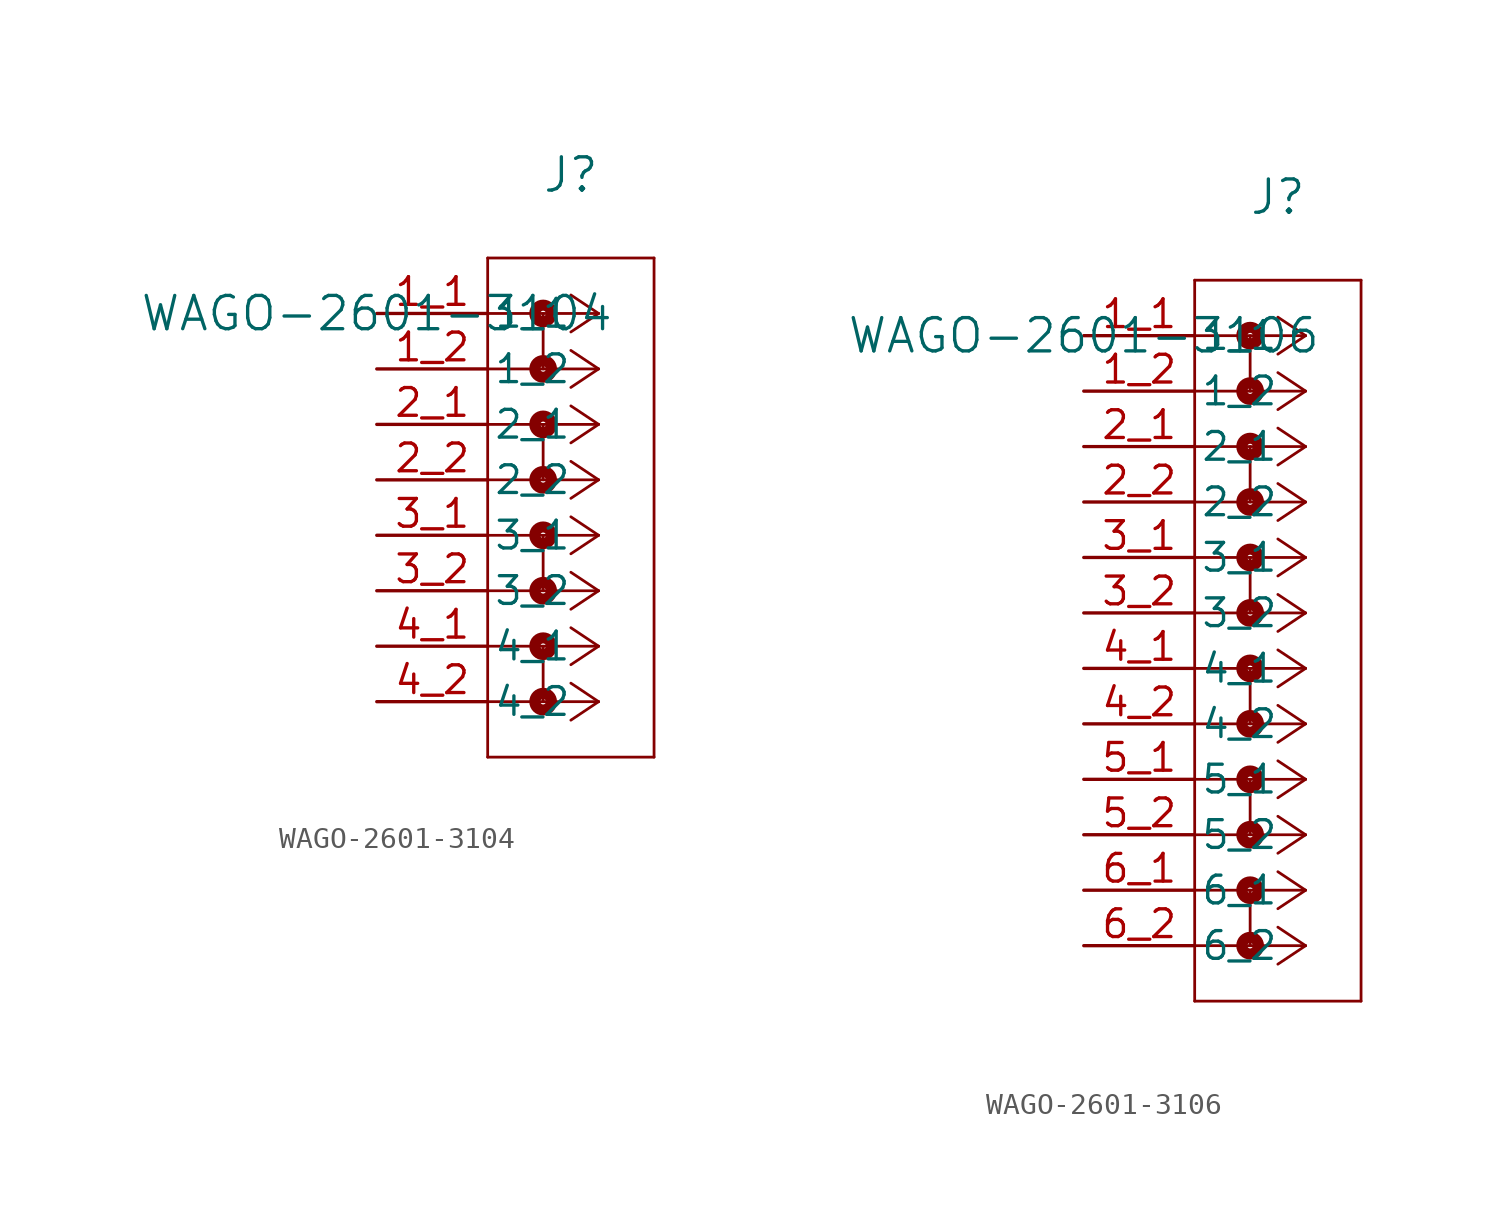
<source format=kicad_sym>
(kicad_symbol_lib
  (version 20231120)
  (generator "kicad_symbol_editor")
  (generator_version "8.0")
  (symbol "WAGO-2601-3104"
    (pin_names
      (offset 0.254))
    (property "Reference" "J"
      (at 8.89 6.35 0)
      (effects (font (size 1.524 1.524))))
    (property "Value" "WAGO-2601-3104"
      (at 0 0 0)
      (effects (font (size 1.524 1.524))))
    (symbol "WAGO-2601-3104_0_1"
      (polyline (pts (xy 5.08 -20.32) (xy 12.7 -20.32)) (stroke (width 0.127) (type default)) (fill (type none)))
      (polyline (pts (xy 5.08 2.54) (xy 5.08 -20.32)) (stroke (width 0.127) (type default)) (fill (type none)))
      (polyline (pts (xy 7.62 -15.24) (xy 7.62 -17.78)) (stroke (width 0.127) (type default)) (fill (type none)))
      (polyline (pts (xy 7.62 -10.16) (xy 7.62 -12.7)) (stroke (width 0.127) (type default)) (fill (type none)))
      (polyline (pts (xy 7.62 -5.08) (xy 7.62 -7.62)) (stroke (width 0.127) (type default)) (fill (type none)))
      (polyline (pts (xy 7.62 0) (xy 7.62 -2.54)) (stroke (width 0.127) (type default)) (fill (type none)))
      (polyline (pts (xy 10.16 -17.78) (xy 5.08 -17.78)) (stroke (width 0.127) (type default)) (fill (type none)))
      (polyline (pts (xy 10.16 -17.78) (xy 8.89 -18.627)) (stroke (width 0.127) (type default)) (fill (type none)))
      (polyline (pts (xy 10.16 -17.78) (xy 8.89 -16.933)) (stroke (width 0.127) (type default)) (fill (type none)))
      (polyline (pts (xy 10.16 -15.24) (xy 5.08 -15.24)) (stroke (width 0.127) (type default)) (fill (type none)))
      (polyline (pts (xy 10.16 -15.24) (xy 8.89 -16.087)) (stroke (width 0.127) (type default)) (fill (type none)))
      (polyline (pts (xy 10.16 -15.24) (xy 8.89 -14.393)) (stroke (width 0.127) (type default)) (fill (type none)))
      (polyline (pts (xy 10.16 -12.7) (xy 5.08 -12.7)) (stroke (width 0.127) (type default)) (fill (type none)))
      (polyline (pts (xy 10.16 -12.7) (xy 8.89 -13.547)) (stroke (width 0.127) (type default)) (fill (type none)))
      (polyline (pts (xy 10.16 -12.7) (xy 8.89 -11.853)) (stroke (width 0.127) (type default)) (fill (type none)))
      (polyline (pts (xy 10.16 -10.16) (xy 5.08 -10.16)) (stroke (width 0.127) (type default)) (fill (type none)))
      (polyline (pts (xy 10.16 -10.16) (xy 8.89 -11.007)) (stroke (width 0.127) (type default)) (fill (type none)))
      (polyline (pts (xy 10.16 -10.16) (xy 8.89 -9.313)) (stroke (width 0.127) (type default)) (fill (type none)))
      (polyline (pts (xy 10.16 -7.62) (xy 5.08 -7.62)) (stroke (width 0.127) (type default)) (fill (type none)))
      (polyline (pts (xy 10.16 -7.62) (xy 8.89 -8.467)) (stroke (width 0.127) (type default)) (fill (type none)))
      (polyline (pts (xy 10.16 -7.62) (xy 8.89 -6.773)) (stroke (width 0.127) (type default)) (fill (type none)))
      (polyline (pts (xy 10.16 -5.08) (xy 5.08 -5.08)) (stroke (width 0.127) (type default)) (fill (type none)))
      (polyline (pts (xy 10.16 -5.08) (xy 8.89 -5.927)) (stroke (width 0.127) (type default)) (fill (type none)))
      (polyline (pts (xy 10.16 -5.08) (xy 8.89 -4.233)) (stroke (width 0.127) (type default)) (fill (type none)))
      (polyline (pts (xy 10.16 -2.54) (xy 5.08 -2.54)) (stroke (width 0.127) (type default)) (fill (type none)))
      (polyline (pts (xy 10.16 -2.54) (xy 8.89 -3.387)) (stroke (width 0.127) (type default)) (fill (type none)))
      (polyline (pts (xy 10.16 -2.54) (xy 8.89 -1.693)) (stroke (width 0.127) (type default)) (fill (type none)))
      (polyline (pts (xy 10.16 0) (xy 5.08 0)) (stroke (width 0.127) (type default)) (fill (type none)))
      (polyline (pts (xy 10.16 0) (xy 8.89 -0.847)) (stroke (width 0.127) (type default)) (fill (type none)))
      (polyline (pts (xy 10.16 0) (xy 8.89 0.847)) (stroke (width 0.127) (type default)) (fill (type none)))
      (polyline (pts (xy 12.7 -20.32) (xy 12.7 2.54)) (stroke (width 0.127) (type default)) (fill (type none)))
      (polyline (pts (xy 12.7 2.54) (xy 5.08 2.54)) (stroke (width 0.127) (type default)) (fill (type none)))
      (circle (center 7.62 -17.78) (radius 0.127) (stroke (width 0.508) (type default)) (fill (type none)))
      (circle (center 7.62 -15.24) (radius 0.127) (stroke (width 0.508) (type default)) (fill (type none)))
      (circle (center 7.62 -12.7) (radius 0.127) (stroke (width 0.508) (type default)) (fill (type none)))
      (circle (center 7.62 -10.16) (radius 0.127) (stroke (width 0.508) (type default)) (fill (type none)))
      (circle (center 7.62 -7.62) (radius 0.127) (stroke (width 0.508) (type default)) (fill (type none)))
      (circle (center 7.62 -5.08) (radius 0.127) (stroke (width 0.508) (type default)) (fill (type none)))
      (circle (center 7.62 -2.54) (radius 0.127) (stroke (width 0.508) (type default)) (fill (type none)))
      (circle (center 7.62 0) (radius 0.127) (stroke (width 0.508) (type default)) (fill (type none)))
      (pin unspecified line (at 0 0 0) (length 5.08) (name "1_1" (effects (font (size 1.27 1.27)))) (number "1_1" (effects (font (size 1.27 1.27)))))
      (pin unspecified line (at 0 -2.54 0) (length 5.08) (name "1_2" (effects (font (size 1.27 1.27)))) (number "1_2" (effects (font (size 1.27 1.27)))))
      (pin unspecified line (at 0 -5.08 0) (length 5.08) (name "2_1" (effects (font (size 1.27 1.27)))) (number "2_1" (effects (font (size 1.27 1.27)))))
      (pin unspecified line (at 0 -7.62 0) (length 5.08) (name "2_2" (effects (font (size 1.27 1.27)))) (number "2_2" (effects (font (size 1.27 1.27)))))
      (pin unspecified line (at 0 -10.16 0) (length 5.08) (name "3_1" (effects (font (size 1.27 1.27)))) (number "3_1" (effects (font (size 1.27 1.27)))))
      (pin unspecified line (at 0 -12.7 0) (length 5.08) (name "3_2" (effects (font (size 1.27 1.27)))) (number "3_2" (effects (font (size 1.27 1.27)))))
      (pin unspecified line (at 0 -15.24 0) (length 5.08) (name "4_1" (effects (font (size 1.27 1.27)))) (number "4_1" (effects (font (size 1.27 1.27)))))
      (pin unspecified line (at 0 -17.78 0) (length 5.08) (name "4_2" (effects (font (size 1.27 1.27)))) (number "4_2" (effects (font (size 1.27 1.27)))))))
  (symbol "WAGO-2601-3106"
    (pin_names
      (offset 0.254))
    (property "Reference" "J"
      (at 8.89 6.35 0)
      (effects (font (size 1.524 1.524))))
    (property "Value" "WAGO-2601-3106"
      (at 0 0 0)
      (effects (font (size 1.524 1.524))))
    (symbol "WAGO-2601-3106_1_1"
      (polyline (pts (xy 5.08 -30.48) (xy 12.7 -30.48)) (stroke (width 0.127) (type default)) (fill (type none)))
      (polyline (pts (xy 5.08 2.54) (xy 5.08 -30.48)) (stroke (width 0.127) (type default)) (fill (type none)))
      (polyline (pts (xy 7.62 -25.4) (xy 7.62 -27.94)) (stroke (width 0.127) (type default)) (fill (type none)))
      (polyline (pts (xy 7.62 -20.32) (xy 7.62 -22.86)) (stroke (width 0.127) (type default)) (fill (type none)))
      (polyline (pts (xy 7.62 -15.24) (xy 7.62 -17.78)) (stroke (width 0.127) (type default)) (fill (type none)))
      (polyline (pts (xy 7.62 -10.16) (xy 7.62 -12.7)) (stroke (width 0.127) (type default)) (fill (type none)))
      (polyline (pts (xy 7.62 -5.08) (xy 7.62 -7.62)) (stroke (width 0.127) (type default)) (fill (type none)))
      (polyline (pts (xy 7.62 0) (xy 7.62 -2.54)) (stroke (width 0.127) (type default)) (fill (type none)))
      (polyline (pts (xy 10.16 -27.94) (xy 5.08 -27.94)) (stroke (width 0.127) (type default)) (fill (type none)))
      (polyline (pts (xy 10.16 -27.94) (xy 8.89 -28.787)) (stroke (width 0.127) (type default)) (fill (type none)))
      (polyline (pts (xy 10.16 -27.94) (xy 8.89 -27.093)) (stroke (width 0.127) (type default)) (fill (type none)))
      (polyline (pts (xy 10.16 -25.4) (xy 5.08 -25.4)) (stroke (width 0.127) (type default)) (fill (type none)))
      (polyline (pts (xy 10.16 -25.4) (xy 8.89 -26.247)) (stroke (width 0.127) (type default)) (fill (type none)))
      (polyline (pts (xy 10.16 -25.4) (xy 8.89 -24.553)) (stroke (width 0.127) (type default)) (fill (type none)))
      (polyline (pts (xy 10.16 -22.86) (xy 5.08 -22.86)) (stroke (width 0.127) (type default)) (fill (type none)))
      (polyline (pts (xy 10.16 -22.86) (xy 8.89 -23.707)) (stroke (width 0.127) (type default)) (fill (type none)))
      (polyline (pts (xy 10.16 -22.86) (xy 8.89 -22.013)) (stroke (width 0.127) (type default)) (fill (type none)))
      (polyline (pts (xy 10.16 -20.32) (xy 5.08 -20.32)) (stroke (width 0.127) (type default)) (fill (type none)))
      (polyline (pts (xy 10.16 -20.32) (xy 8.89 -21.167)) (stroke (width 0.127) (type default)) (fill (type none)))
      (polyline (pts (xy 10.16 -20.32) (xy 8.89 -19.473)) (stroke (width 0.127) (type default)) (fill (type none)))
      (polyline (pts (xy 10.16 -17.78) (xy 5.08 -17.78)) (stroke (width 0.127) (type default)) (fill (type none)))
      (polyline (pts (xy 10.16 -17.78) (xy 8.89 -18.627)) (stroke (width 0.127) (type default)) (fill (type none)))
      (polyline (pts (xy 10.16 -17.78) (xy 8.89 -16.933)) (stroke (width 0.127) (type default)) (fill (type none)))
      (polyline (pts (xy 10.16 -15.24) (xy 5.08 -15.24)) (stroke (width 0.127) (type default)) (fill (type none)))
      (polyline (pts (xy 10.16 -15.24) (xy 8.89 -16.087)) (stroke (width 0.127) (type default)) (fill (type none)))
      (polyline (pts (xy 10.16 -15.24) (xy 8.89 -14.393)) (stroke (width 0.127) (type default)) (fill (type none)))
      (polyline (pts (xy 10.16 -12.7) (xy 5.08 -12.7)) (stroke (width 0.127) (type default)) (fill (type none)))
      (polyline (pts (xy 10.16 -12.7) (xy 8.89 -13.547)) (stroke (width 0.127) (type default)) (fill (type none)))
      (polyline (pts (xy 10.16 -12.7) (xy 8.89 -11.853)) (stroke (width 0.127) (type default)) (fill (type none)))
      (polyline (pts (xy 10.16 -10.16) (xy 5.08 -10.16)) (stroke (width 0.127) (type default)) (fill (type none)))
      (polyline (pts (xy 10.16 -10.16) (xy 8.89 -11.007)) (stroke (width 0.127) (type default)) (fill (type none)))
      (polyline (pts (xy 10.16 -10.16) (xy 8.89 -9.313)) (stroke (width 0.127) (type default)) (fill (type none)))
      (polyline (pts (xy 10.16 -7.62) (xy 5.08 -7.62)) (stroke (width 0.127) (type default)) (fill (type none)))
      (polyline (pts (xy 10.16 -7.62) (xy 8.89 -8.467)) (stroke (width 0.127) (type default)) (fill (type none)))
      (polyline (pts (xy 10.16 -7.62) (xy 8.89 -6.773)) (stroke (width 0.127) (type default)) (fill (type none)))
      (polyline (pts (xy 10.16 -5.08) (xy 5.08 -5.08)) (stroke (width 0.127) (type default)) (fill (type none)))
      (polyline (pts (xy 10.16 -5.08) (xy 8.89 -5.927)) (stroke (width 0.127) (type default)) (fill (type none)))
      (polyline (pts (xy 10.16 -5.08) (xy 8.89 -4.233)) (stroke (width 0.127) (type default)) (fill (type none)))
      (polyline (pts (xy 10.16 -2.54) (xy 5.08 -2.54)) (stroke (width 0.127) (type default)) (fill (type none)))
      (polyline (pts (xy 10.16 -2.54) (xy 8.89 -3.387)) (stroke (width 0.127) (type default)) (fill (type none)))
      (polyline (pts (xy 10.16 -2.54) (xy 8.89 -1.693)) (stroke (width 0.127) (type default)) (fill (type none)))
      (polyline (pts (xy 10.16 0) (xy 5.08 0)) (stroke (width 0.127) (type default)) (fill (type none)))
      (polyline (pts (xy 10.16 0) (xy 8.89 -0.847)) (stroke (width 0.127) (type default)) (fill (type none)))
      (polyline (pts (xy 10.16 0) (xy 8.89 0.847)) (stroke (width 0.127) (type default)) (fill (type none)))
      (polyline (pts (xy 12.7 -30.48) (xy 12.7 2.54)) (stroke (width 0.127) (type default)) (fill (type none)))
      (polyline (pts (xy 12.7 2.54) (xy 5.08 2.54)) (stroke (width 0.127) (type default)) (fill (type none)))
      (circle (center 7.62 -27.94) (radius 0.127) (stroke (width 0.508) (type default)) (fill (type none)))
      (circle (center 7.62 -25.4) (radius 0.127) (stroke (width 0.508) (type default)) (fill (type none)))
      (circle (center 7.62 -22.86) (radius 0.127) (stroke (width 0.508) (type default)) (fill (type none)))
      (circle (center 7.62 -20.32) (radius 0.127) (stroke (width 0.508) (type default)) (fill (type none)))
      (circle (center 7.62 -17.78) (radius 0.127) (stroke (width 0.508) (type default)) (fill (type none)))
      (circle (center 7.62 -15.24) (radius 0.127) (stroke (width 0.508) (type default)) (fill (type none)))
      (circle (center 7.62 -12.7) (radius 0.127) (stroke (width 0.508) (type default)) (fill (type none)))
      (circle (center 7.62 -10.16) (radius 0.127) (stroke (width 0.508) (type default)) (fill (type none)))
      (circle (center 7.62 -7.62) (radius 0.127) (stroke (width 0.508) (type default)) (fill (type none)))
      (circle (center 7.62 -5.08) (radius 0.127) (stroke (width 0.508) (type default)) (fill (type none)))
      (circle (center 7.62 -2.54) (radius 0.127) (stroke (width 0.508) (type default)) (fill (type none)))
      (circle (center 7.62 0) (radius 0.127) (stroke (width 0.508) (type default)) (fill (type none)))
      (pin unspecified line (at 0 0 0) (length 5.08) (name "1_1" (effects (font (size 1.27 1.27)))) (number "1_1" (effects (font (size 1.27 1.27)))))
      (pin unspecified line (at 0 -2.54 0) (length 5.08) (name "1_2" (effects (font (size 1.27 1.27)))) (number "1_2" (effects (font (size 1.27 1.27)))))
      (pin unspecified line (at 0 -5.08 0) (length 5.08) (name "2_1" (effects (font (size 1.27 1.27)))) (number "2_1" (effects (font (size 1.27 1.27)))))
      (pin unspecified line (at 0 -7.62 0) (length 5.08) (name "2_2" (effects (font (size 1.27 1.27)))) (number "2_2" (effects (font (size 1.27 1.27)))))
      (pin unspecified line (at 0 -10.16 0) (length 5.08) (name "3_1" (effects (font (size 1.27 1.27)))) (number "3_1" (effects (font (size 1.27 1.27)))))
      (pin unspecified line (at 0 -12.7 0) (length 5.08) (name "3_2" (effects (font (size 1.27 1.27)))) (number "3_2" (effects (font (size 1.27 1.27)))))
      (pin unspecified line (at 0 -15.24 0) (length 5.08) (name "4_1" (effects (font (size 1.27 1.27)))) (number "4_1" (effects (font (size 1.27 1.27)))))
      (pin unspecified line (at 0 -17.78 0) (length 5.08) (name "4_2" (effects (font (size 1.27 1.27)))) (number "4_2" (effects (font (size 1.27 1.27)))))
      (pin unspecified line (at 0 -20.32 0) (length 5.08) (name "5_1" (effects (font (size 1.27 1.27)))) (number "5_1" (effects (font (size 1.27 1.27)))))
      (pin unspecified line (at 0 -22.86 0) (length 5.08) (name "5_2" (effects (font (size 1.27 1.27)))) (number "5_2" (effects (font (size 1.27 1.27)))))
      (pin unspecified line (at 0 -25.4 0) (length 5.08) (name "6_1" (effects (font (size 1.27 1.27)))) (number "6_1" (effects (font (size 1.27 1.27)))))
      (pin unspecified line (at 0 -27.94 0) (length 5.08) (name "6_2" (effects (font (size 1.27 1.27)))) (number "6_2" (effects (font (size 1.27 1.27))))))))
</source>
